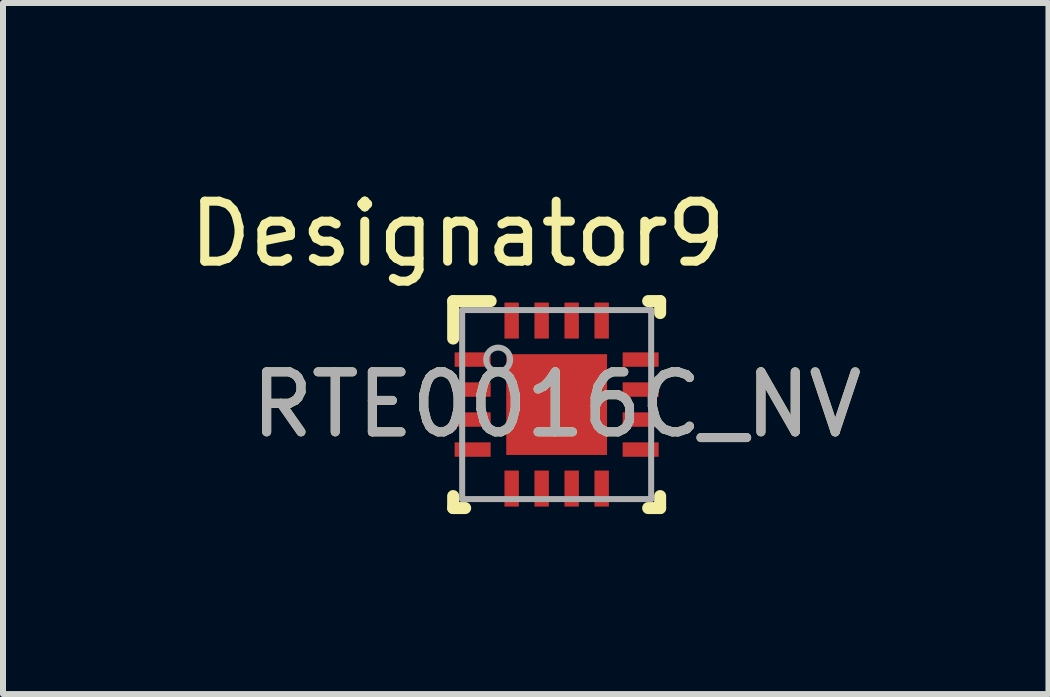
<source format=kicad_pcb>
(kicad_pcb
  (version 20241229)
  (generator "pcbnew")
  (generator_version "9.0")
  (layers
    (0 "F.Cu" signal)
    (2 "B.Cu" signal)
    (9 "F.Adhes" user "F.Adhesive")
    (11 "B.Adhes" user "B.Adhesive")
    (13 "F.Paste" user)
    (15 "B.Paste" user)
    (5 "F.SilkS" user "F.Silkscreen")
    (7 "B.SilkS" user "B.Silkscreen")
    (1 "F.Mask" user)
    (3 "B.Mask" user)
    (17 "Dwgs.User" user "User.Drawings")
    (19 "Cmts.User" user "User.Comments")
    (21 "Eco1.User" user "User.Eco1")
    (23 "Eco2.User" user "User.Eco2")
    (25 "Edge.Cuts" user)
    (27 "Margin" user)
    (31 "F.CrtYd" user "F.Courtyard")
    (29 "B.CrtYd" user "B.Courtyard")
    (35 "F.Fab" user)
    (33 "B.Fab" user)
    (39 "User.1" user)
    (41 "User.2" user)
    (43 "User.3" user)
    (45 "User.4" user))
  (footprint "RTE0016C_NV"
    (layer "F.Cu")
    (at 6.228 3.693)
    (property "Reference" "RTE0016C_NV" (at 0 0 0) (unlocked yes) (layer "F.SilkS") (effects (font (size 1 1) (thickness 0.15))))
    (attr smd)
    (fp_line (start -1.725 -1.725) (end -1.1 -1.725) (stroke (width 0.2) (type solid)) (layer "F.SilkS"))
    (fp_line (start -1.725 -1.1) (end -1.725 -1.725) (stroke (width 0.2) (type solid)) (layer "F.SilkS"))
    (fp_line (start -1.725 1.725) (end -1.725 1.525) (stroke (width 0.2) (type solid)) (layer "F.SilkS"))
    (fp_line (start -1.725 1.725) (end -1.525 1.725) (stroke (width 0.2) (type solid)) (layer "F.SilkS"))
    (fp_line (start 1.525 -1.725) (end 1.725 -1.725) (stroke (width 0.2) (type solid)) (layer "F.SilkS"))
    (fp_line (start 1.525 1.725) (end 1.725 1.725) (stroke (width 0.2) (type solid)) (layer "F.SilkS"))
    (fp_line (start 1.725 -1.525) (end 1.725 -1.725) (stroke (width 0.2) (type solid)) (layer "F.SilkS"))
    (fp_line (start 1.725 1.725) (end 1.725 1.525) (stroke (width 0.2) (type solid)) (layer "F.SilkS"))
    (fp_poly (pts (xy -0.775 0.729) (xy -0.775 -0.729) (xy -0.774 -0.738) (xy -0.771 -0.746) (xy -0.767 -0.754) (xy -0.761 -0.761) (xy -0.754 -0.767) (xy -0.746 -0.771) (xy -0.738 -0.774) (xy -0.729 -0.775) (xy 0.729 -0.775) (xy 0.738 -0.774) (xy 0.746 -0.771) (xy 0.754 -0.767) (xy 0.761 -0.761) (xy 0.767 -0.754) (xy 0.771 -0.746) (xy 0.774 -0.738) (xy 0.775 -0.729) (xy 0.775 0.729) (xy 0.774 0.738) (xy 0.771 0.746) (xy 0.767 0.754) (xy 0.761 0.761) (xy 0.754 0.767) (xy 0.746 0.771) (xy 0.738 0.774) (xy 0.729 0.775) (xy -0.729 0.775) (xy -0.738 0.774) (xy -0.746 0.771) (xy -0.754 0.767) (xy -0.761 0.761) (xy -0.767 0.754) (xy -0.771 0.746) (xy -0.774 0.738)) (stroke (width 0) (type solid)) (fill yes) (layer "F.Paste"))
    (fp_line (start -1.575 -1.575) (end 1.575 -1.575) (stroke (width 0.1) (type solid)) (layer "F.Fab"))
    (fp_line (start -1.575 1.575) (end -1.575 -1.575) (stroke (width 0.1) (type solid)) (layer "F.Fab"))
    (fp_line (start -1.575 1.575) (end 1.575 1.575) (stroke (width 0.1) (type solid)) (layer "F.Fab"))
    (fp_line (start 1.575 1.575) (end 1.575 -1.575) (stroke (width 0.1) (type solid)) (layer "F.Fab"))
    (fp_circle (center -0.975 -0.75) (end -0.775 -0.75) (stroke (width 0.1) (type solid)) (fill no) (layer "F.Fab"))
    (fp_text user "Designator9" (at -1.651 -2.845 0) (unlocked yes) (layer "F.SilkS") (effects (font (size 1 1) (thickness 0.15))))
    (fp_text user "${REFERENCE}" (at 0 0 0) (unlocked yes) (layer "F.Fab") (effects (font (size 1 1) (thickness 0.15))))
    (pad "1" smd rect (at -1.4 -0.75 90) (size 0.24 0.6) (layers "F.Cu" "F.Mask" "F.Paste"))
    (pad "2" smd rect (at -1.4 -0.25 90) (size 0.24 0.6) (layers "F.Cu" "F.Mask" "F.Paste"))
    (pad "3" smd rect (at -1.4 0.25 90) (size 0.24 0.6) (layers "F.Cu" "F.Mask" "F.Paste"))
    (pad "4" smd rect (at -1.4 0.75 90) (size 0.24 0.6) (layers "F.Cu" "F.Mask" "F.Paste"))
    (pad "5" smd rect (at -0.75 1.4) (size 0.24 0.6) (layers "F.Cu" "F.Mask" "F.Paste"))
    (pad "6" smd rect (at -0.25 1.4) (size 0.24 0.6) (layers "F.Cu" "F.Mask" "F.Paste"))
    (pad "7" smd rect (at 0.25 1.4) (size 0.24 0.6) (layers "F.Cu" "F.Mask" "F.Paste"))
    (pad "8" smd rect (at 0.75 1.4) (size 0.24 0.6) (layers "F.Cu" "F.Mask" "F.Paste"))
    (pad "9" smd rect (at 1.4 0.75 90) (size 0.24 0.6) (layers "F.Cu" "F.Mask" "F.Paste"))
    (pad "10" smd rect (at 1.4 0.25 90) (size 0.24 0.6) (layers "F.Cu" "F.Mask" "F.Paste"))
    (pad "11" smd rect (at 1.4 -0.25 90) (size 0.24 0.6) (layers "F.Cu" "F.Mask" "F.Paste"))
    (pad "12" smd rect (at 1.4 -0.75 90) (size 0.24 0.6) (layers "F.Cu" "F.Mask" "F.Paste"))
    (pad "13" smd rect (at 0.75 -1.4) (size 0.24 0.6) (layers "F.Cu" "F.Mask" "F.Paste"))
    (pad "14" smd rect (at 0.25 -1.4) (size 0.24 0.6) (layers "F.Cu" "F.Mask" "F.Paste"))
    (pad "15" smd rect (at -0.25 -1.4) (size 0.24 0.6) (layers "F.Cu" "F.Mask" "F.Paste"))
    (pad "16" smd rect (at -0.75 -1.4) (size 0.24 0.6) (layers "F.Cu" "F.Mask" "F.Paste"))
    (pad "17" smd rect (at 0.000003 0) (size 1.68 1.68) (layers "F.Cu" "F.Mask")))
  (gr_rect
    (start -3 -3)
    (end 14.425 8.518)
    (stroke (width 0.1) (type default))
    (fill no)
    (layer "Edge.Cuts")))
</source>
